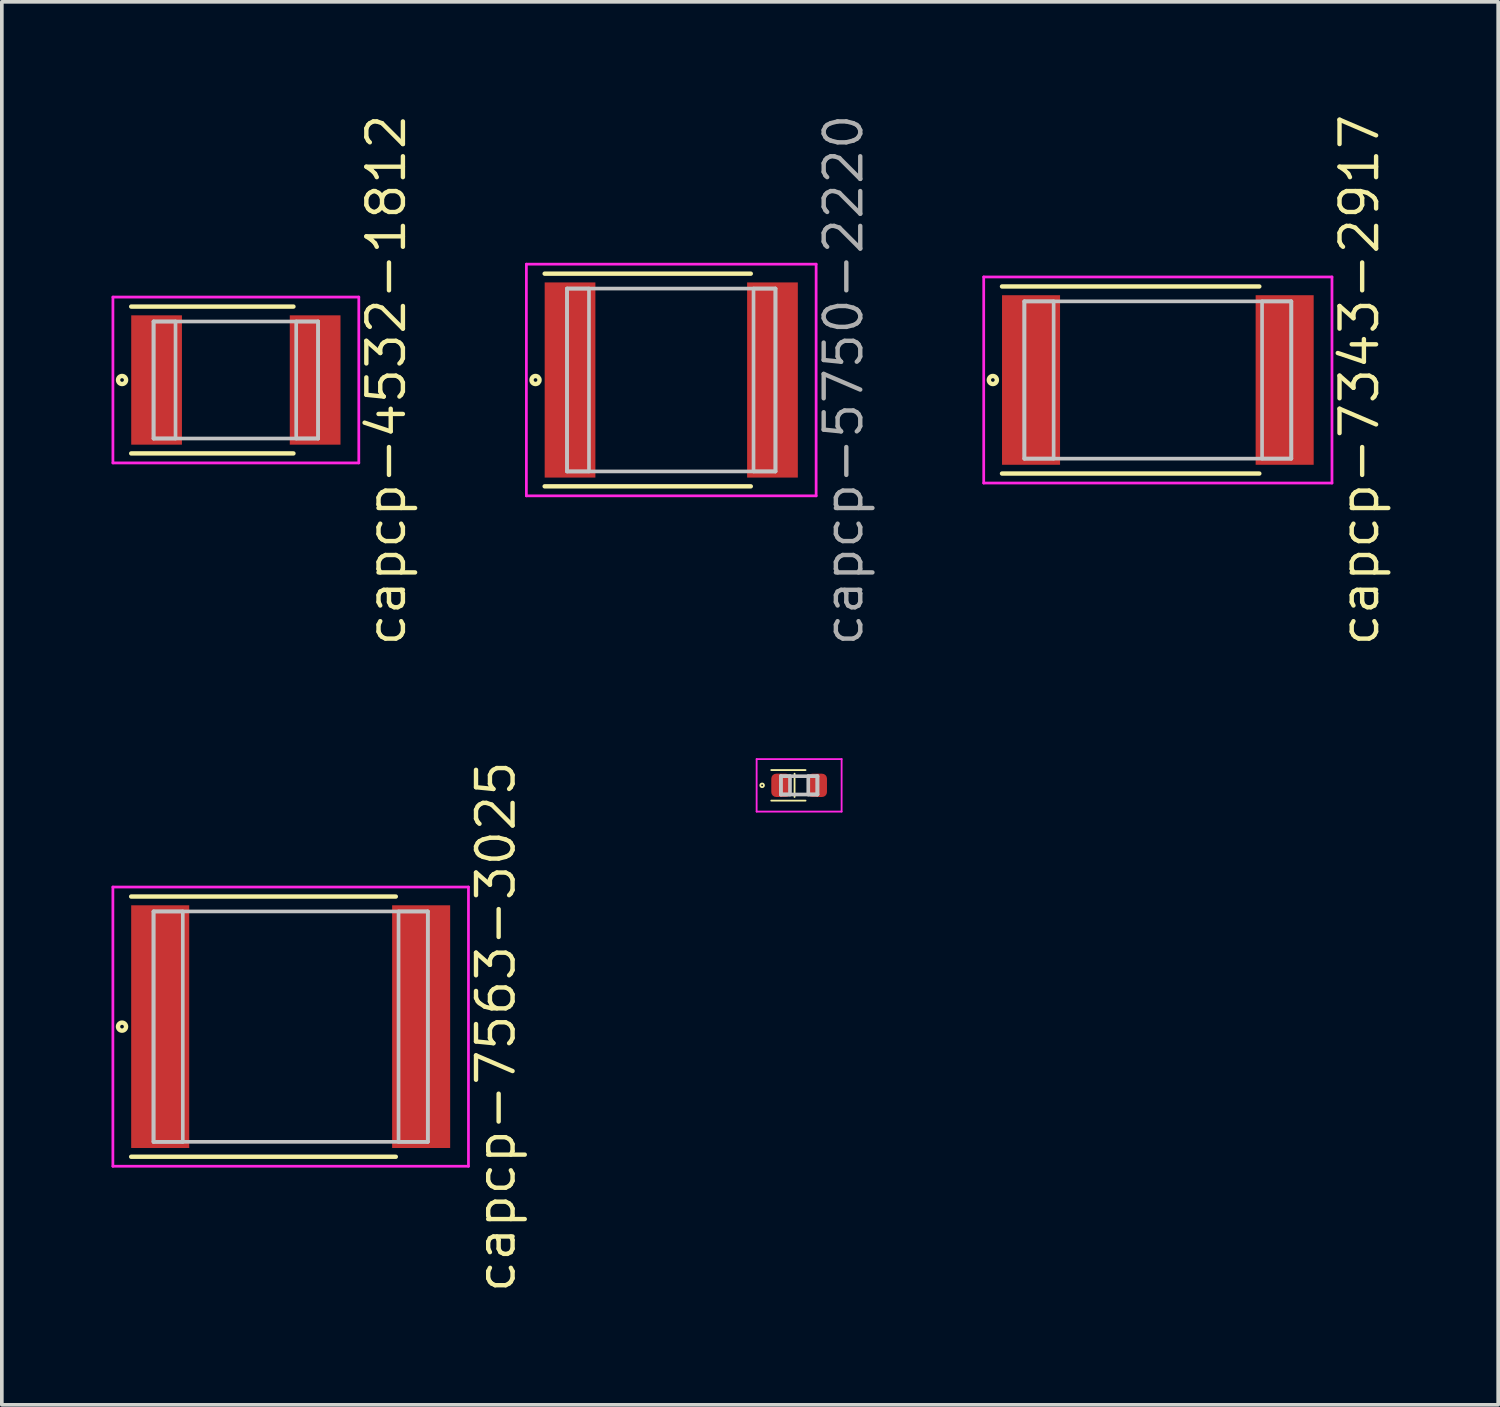
<source format=kicad_pcb>
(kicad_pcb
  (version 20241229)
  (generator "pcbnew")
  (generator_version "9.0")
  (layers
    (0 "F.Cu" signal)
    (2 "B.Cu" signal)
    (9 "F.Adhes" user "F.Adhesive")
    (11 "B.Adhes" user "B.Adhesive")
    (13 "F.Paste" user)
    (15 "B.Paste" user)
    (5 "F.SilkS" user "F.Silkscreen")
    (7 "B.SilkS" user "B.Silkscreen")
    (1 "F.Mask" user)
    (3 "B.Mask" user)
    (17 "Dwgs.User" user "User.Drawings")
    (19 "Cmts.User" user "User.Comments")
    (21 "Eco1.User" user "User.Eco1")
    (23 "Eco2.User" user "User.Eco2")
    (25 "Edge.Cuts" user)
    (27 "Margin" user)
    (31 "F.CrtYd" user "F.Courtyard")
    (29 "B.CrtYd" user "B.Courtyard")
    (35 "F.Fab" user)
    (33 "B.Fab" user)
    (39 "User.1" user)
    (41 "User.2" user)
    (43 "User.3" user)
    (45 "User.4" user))
  (footprint "capcp-4532-1812"
    (layer "F.Cu")
    (at 3.4 7.342)
    (property "Reference" "capcp-4532-1812" (at 4.112 0 90) (layer "F.SilkS") (effects (font (size 1 1) (thickness 0.12))))
    (attr through_hole)
    (fp_line (start -2.862 -2.008) (end 1.575 -2.008) (stroke (width 0.12) (type solid)) (layer "F.SilkS"))
    (fp_line (start -2.862 2.008) (end 1.575 2.008) (stroke (width 0.12) (type solid)) (layer "F.SilkS"))
    (fp_circle (center -3.112 0) (end -3.062 0) (stroke (width 0.12) (type solid)) (fill no) (layer "F.SilkS"))
    (fp_line (start -2.25 -1.6) (end -2.25 1.6) (stroke (width 0.1) (type solid)) (layer "Dwgs.User"))
    (fp_line (start -2.25 -1.6) (end -2.25 1.6) (stroke (width 0.1) (type solid)) (layer "Dwgs.User"))
    (fp_line (start -2.25 1.6) (end -1.65 1.6) (stroke (width 0.1) (type solid)) (layer "Dwgs.User"))
    (fp_line (start -2.25 1.6) (end 2.25 1.6) (stroke (width 0.1) (type solid)) (layer "Dwgs.User"))
    (fp_line (start -1.65 -1.6) (end -2.25 -1.6) (stroke (width 0.1) (type solid)) (layer "Dwgs.User"))
    (fp_line (start -1.65 1.6) (end -1.65 -1.6) (stroke (width 0.1) (type solid)) (layer "Dwgs.User"))
    (fp_line (start 1.65 -1.6) (end 1.65 1.6) (stroke (width 0.1) (type solid)) (layer "Dwgs.User"))
    (fp_line (start 1.65 1.6) (end 2.25 1.6) (stroke (width 0.1) (type solid)) (layer "Dwgs.User"))
    (fp_line (start 2.25 -1.6) (end -2.25 -1.6) (stroke (width 0.1) (type solid)) (layer "Dwgs.User"))
    (fp_line (start 2.25 -1.6) (end 1.65 -1.6) (stroke (width 0.1) (type solid)) (layer "Dwgs.User"))
    (fp_line (start 2.25 1.6) (end 2.25 -1.6) (stroke (width 0.1) (type solid)) (layer "Dwgs.User"))
    (fp_line (start 2.25 1.6) (end 2.25 -1.6) (stroke (width 0.1) (type solid)) (layer "Dwgs.User"))
    (fp_line (start -3.362 -2.268) (end -3.362 2.268) (stroke (width 0.075) (type solid)) (layer "F.CrtYd"))
    (fp_line (start -3.362 2.268) (end 3.362 2.268) (stroke (width 0.075) (type solid)) (layer "F.CrtYd"))
    (fp_line (start 3.362 -2.268) (end -3.362 -2.268) (stroke (width 0.075) (type solid)) (layer "F.CrtYd"))
    (fp_line (start 3.362 2.268) (end 3.362 -2.268) (stroke (width 0.075) (type solid)) (layer "F.CrtYd"))
    (pad "1" smd rect (at -2.168 0) (size 1.387 3.537) (layers "F.Cu" "F.Mask" "F.Paste"))
    (pad "2" smd rect (at 2.168 0) (size 1.387 3.537) (layers "F.Cu" "F.Mask" "F.Paste")))
  (footprint "capcp-7563-3025"
    (layer "F.Cu")
    (at 4.899 25.026)
    (property "Reference" "capcp-7563-3025" (at 5.612 0 90) (layer "F.SilkS") (effects (font (size 1 1) (thickness 0.12))))
    (attr through_hole)
    (fp_line (start -4.362 -3.558) (end 2.875 -3.558) (stroke (width 0.12) (type solid)) (layer "F.SilkS"))
    (fp_line (start -4.362 3.558) (end 2.875 3.558) (stroke (width 0.12) (type solid)) (layer "F.SilkS"))
    (fp_circle (center -4.612 0) (end -4.562 0) (stroke (width 0.12) (type solid)) (fill no) (layer "F.SilkS"))
    (fp_line (start -3.75 -3.15) (end -3.75 3.15) (stroke (width 0.1) (type solid)) (layer "Dwgs.User"))
    (fp_line (start -3.75 -3.15) (end -3.75 3.15) (stroke (width 0.1) (type solid)) (layer "Dwgs.User"))
    (fp_line (start -3.75 3.15) (end -2.95 3.15) (stroke (width 0.1) (type solid)) (layer "Dwgs.User"))
    (fp_line (start -3.75 3.15) (end 3.75 3.15) (stroke (width 0.1) (type solid)) (layer "Dwgs.User"))
    (fp_line (start -2.95 -3.15) (end -3.75 -3.15) (stroke (width 0.1) (type solid)) (layer "Dwgs.User"))
    (fp_line (start -2.95 3.15) (end -2.95 -3.15) (stroke (width 0.1) (type solid)) (layer "Dwgs.User"))
    (fp_line (start 2.95 -3.15) (end 2.95 3.15) (stroke (width 0.1) (type solid)) (layer "Dwgs.User"))
    (fp_line (start 2.95 3.15) (end 3.75 3.15) (stroke (width 0.1) (type solid)) (layer "Dwgs.User"))
    (fp_line (start 3.75 -3.15) (end -3.75 -3.15) (stroke (width 0.1) (type solid)) (layer "Dwgs.User"))
    (fp_line (start 3.75 -3.15) (end 2.95 -3.15) (stroke (width 0.1) (type solid)) (layer "Dwgs.User"))
    (fp_line (start 3.75 3.15) (end 3.75 -3.15) (stroke (width 0.1) (type solid)) (layer "Dwgs.User"))
    (fp_line (start 3.75 3.15) (end 3.75 -3.15) (stroke (width 0.1) (type solid)) (layer "Dwgs.User"))
    (fp_line (start -4.862 -3.818) (end -4.862 3.818) (stroke (width 0.075) (type solid)) (layer "F.CrtYd"))
    (fp_line (start -4.862 3.818) (end 4.862 3.818) (stroke (width 0.075) (type solid)) (layer "F.CrtYd"))
    (fp_line (start 4.862 -3.818) (end -4.862 -3.818) (stroke (width 0.075) (type solid)) (layer "F.CrtYd"))
    (fp_line (start 4.862 3.818) (end 4.862 -3.818) (stroke (width 0.075) (type solid)) (layer "F.CrtYd"))
    (pad "1" smd rect (at -3.568 0) (size 1.587 6.637) (layers "F.Cu" "F.Mask" "F.Paste"))
    (pad "2" smd rect (at 3.568 0) (size 1.587 6.637) (layers "F.Cu" "F.Mask" "F.Paste")))
  (footprint "capcp-5750-2220"
    (layer "F.Cu")
    (at 15.307 7.342)
    (property "Reference" "capcp-5750-2220" (at 4.712 0 90) (layer "F.Fab") (effects (font (size 1 1) (thickness 0.12))))
    (attr through_hole)
    (fp_line (start -3.462 -2.908) (end 2.175 -2.908) (stroke (width 0.12) (type solid)) (layer "F.SilkS"))
    (fp_line (start -3.462 2.908) (end 2.175 2.908) (stroke (width 0.12) (type solid)) (layer "F.SilkS"))
    (fp_circle (center -3.712 0) (end -3.662 0) (stroke (width 0.12) (type solid)) (fill no) (layer "F.SilkS"))
    (fp_line (start -2.85 -2.5) (end -2.85 2.5) (stroke (width 0.1) (type solid)) (layer "Dwgs.User"))
    (fp_line (start -2.85 -2.5) (end -2.85 2.5) (stroke (width 0.1) (type solid)) (layer "Dwgs.User"))
    (fp_line (start -2.85 2.5) (end -2.25 2.5) (stroke (width 0.1) (type solid)) (layer "Dwgs.User"))
    (fp_line (start -2.85 2.5) (end 2.85 2.5) (stroke (width 0.1) (type solid)) (layer "Dwgs.User"))
    (fp_line (start -2.25 -2.5) (end -2.85 -2.5) (stroke (width 0.1) (type solid)) (layer "Dwgs.User"))
    (fp_line (start -2.25 2.5) (end -2.25 -2.5) (stroke (width 0.1) (type solid)) (layer "Dwgs.User"))
    (fp_line (start 2.25 -2.5) (end 2.25 2.5) (stroke (width 0.1) (type solid)) (layer "Dwgs.User"))
    (fp_line (start 2.25 2.5) (end 2.85 2.5) (stroke (width 0.1) (type solid)) (layer "Dwgs.User"))
    (fp_line (start 2.85 -2.5) (end -2.85 -2.5) (stroke (width 0.1) (type solid)) (layer "Dwgs.User"))
    (fp_line (start 2.85 -2.5) (end 2.25 -2.5) (stroke (width 0.1) (type solid)) (layer "Dwgs.User"))
    (fp_line (start 2.85 2.5) (end 2.85 -2.5) (stroke (width 0.1) (type solid)) (layer "Dwgs.User"))
    (fp_line (start 2.85 2.5) (end 2.85 -2.5) (stroke (width 0.1) (type solid)) (layer "Dwgs.User"))
    (fp_line (start -3.962 -3.168) (end -3.962 3.168) (stroke (width 0.075) (type solid)) (layer "F.CrtYd"))
    (fp_line (start -3.962 3.168) (end 3.962 3.168) (stroke (width 0.075) (type solid)) (layer "F.CrtYd"))
    (fp_line (start 3.962 -3.168) (end -3.962 -3.168) (stroke (width 0.075) (type solid)) (layer "F.CrtYd"))
    (fp_line (start 3.962 3.168) (end 3.962 -3.168) (stroke (width 0.075) (type solid)) (layer "F.CrtYd"))
    (pad "1" smd rect (at -2.768 0) (size 1.387 5.337) (layers "F.Cu" "F.Mask" "F.Paste"))
    (pad "2" smd rect (at 2.768 0) (size 1.387 5.337) (layers "F.Cu" "F.Mask" "F.Paste")))
  (footprint "capcp-7343-2917"
    (layer "F.Cu")
    (at 28.614 7.342)
    (property "Reference" "capcp-7343-2917" (at 5.512 0 90) (layer "F.SilkS") (effects (font (size 1 1) (thickness 0.12))))
    (attr through_hole)
    (fp_line (start -4.262 -2.558) (end 2.775 -2.558) (stroke (width 0.12) (type solid)) (layer "F.SilkS"))
    (fp_line (start -4.262 2.558) (end 2.775 2.558) (stroke (width 0.12) (type solid)) (layer "F.SilkS"))
    (fp_circle (center -4.512 0) (end -4.462 0) (stroke (width 0.12) (type solid)) (fill no) (layer "F.SilkS"))
    (fp_line (start -3.65 -2.15) (end -3.65 2.15) (stroke (width 0.1) (type solid)) (layer "Dwgs.User"))
    (fp_line (start -3.65 -2.15) (end -3.65 2.15) (stroke (width 0.1) (type solid)) (layer "Dwgs.User"))
    (fp_line (start -3.65 2.15) (end -2.85 2.15) (stroke (width 0.1) (type solid)) (layer "Dwgs.User"))
    (fp_line (start -3.65 2.15) (end 3.65 2.15) (stroke (width 0.1) (type solid)) (layer "Dwgs.User"))
    (fp_line (start -2.85 -2.15) (end -3.65 -2.15) (stroke (width 0.1) (type solid)) (layer "Dwgs.User"))
    (fp_line (start -2.85 2.15) (end -2.85 -2.15) (stroke (width 0.1) (type solid)) (layer "Dwgs.User"))
    (fp_line (start 2.85 -2.15) (end 2.85 2.15) (stroke (width 0.1) (type solid)) (layer "Dwgs.User"))
    (fp_line (start 2.85 2.15) (end 3.65 2.15) (stroke (width 0.1) (type solid)) (layer "Dwgs.User"))
    (fp_line (start 3.65 -2.15) (end -3.65 -2.15) (stroke (width 0.1) (type solid)) (layer "Dwgs.User"))
    (fp_line (start 3.65 -2.15) (end 2.85 -2.15) (stroke (width 0.1) (type solid)) (layer "Dwgs.User"))
    (fp_line (start 3.65 2.15) (end 3.65 -2.15) (stroke (width 0.1) (type solid)) (layer "Dwgs.User"))
    (fp_line (start 3.65 2.15) (end 3.65 -2.15) (stroke (width 0.1) (type solid)) (layer "Dwgs.User"))
    (fp_line (start -0.75 0) (end 0.75 0) (stroke (width 0.12) (type solid)) (layer "Eco1.User"))
    (fp_line (start 0 -0.75) (end 0 0.75) (stroke (width 0.12) (type solid)) (layer "Eco1.User"))
    (fp_circle (center 0 0) (end 0.5 0) (stroke (width 0.12) (type solid)) (fill no) (layer "Eco1.User"))
    (fp_line (start -4.762 -2.818) (end -4.762 2.818) (stroke (width 0.075) (type solid)) (layer "F.CrtYd"))
    (fp_line (start -4.762 2.818) (end 4.762 2.818) (stroke (width 0.075) (type solid)) (layer "F.CrtYd"))
    (fp_line (start 4.762 -2.818) (end -4.762 -2.818) (stroke (width 0.075) (type solid)) (layer "F.CrtYd"))
    (fp_line (start 4.762 2.818) (end 4.762 -2.818) (stroke (width 0.075) (type solid)) (layer "F.CrtYd"))
    (pad "1" smd rect (at -3.468 0) (size 1.587 4.637) (layers "F.Cu" "F.Mask" "F.Paste"))
    (pad "2" smd rect (at 3.468 0) (size 1.587 4.637) (layers "F.Cu" "F.Mask" "F.Paste")))
  (footprint "diodec-1005-0402"
    (layer "F.Cu")
    (at 18.804 18.427)
    (property "Reference" "diodec-1005-0402" (at -1.462 0 0) (layer "User.1") (effects (font (size 0.4 0.4) (thickness 0.05))))
    (attr through_hole)
    (fp_line (start -0.762 -0.418) (end 0.175 -0.418) (stroke (width 0.05) (type solid)) (layer "F.SilkS"))
    (fp_line (start -0.762 0.418) (end 0.175 0.418) (stroke (width 0.05) (type solid)) (layer "F.SilkS"))
    (fp_line (start -0.125 -0.318) (end -0.125 0.318) (stroke (width 0.05) (type solid)) (layer "F.SilkS"))
    (fp_circle (center -1.012 0) (end -0.962 0) (stroke (width 0.05) (type solid)) (fill no) (layer "F.SilkS"))
    (fp_line (start -0.5 -0.25) (end -0.5 0.25) (stroke (width 0.1) (type solid)) (layer "Dwgs.User"))
    (fp_line (start -0.5 -0.25) (end -0.5 0.25) (stroke (width 0.1) (type solid)) (layer "Dwgs.User"))
    (fp_line (start -0.5 0.25) (end -0.25 0.25) (stroke (width 0.1) (type solid)) (layer "Dwgs.User"))
    (fp_line (start -0.5 0.25) (end 0.5 0.25) (stroke (width 0.1) (type solid)) (layer "Dwgs.User"))
    (fp_line (start -0.25 -0.25) (end -0.5 -0.25) (stroke (width 0.1) (type solid)) (layer "Dwgs.User"))
    (fp_line (start -0.25 0.25) (end -0.25 -0.25) (stroke (width 0.1) (type solid)) (layer "Dwgs.User"))
    (fp_line (start 0.25 -0.25) (end 0.25 0.25) (stroke (width 0.1) (type solid)) (layer "Dwgs.User"))
    (fp_line (start 0.25 0.25) (end 0.5 0.25) (stroke (width 0.1) (type solid)) (layer "Dwgs.User"))
    (fp_line (start 0.5 -0.25) (end -0.5 -0.25) (stroke (width 0.1) (type solid)) (layer "Dwgs.User"))
    (fp_line (start 0.5 -0.25) (end 0.25 -0.25) (stroke (width 0.1) (type solid)) (layer "Dwgs.User"))
    (fp_line (start 0.5 0.25) (end 0.5 -0.25) (stroke (width 0.1) (type solid)) (layer "Dwgs.User"))
    (fp_line (start 0.5 0.25) (end 0.5 -0.25) (stroke (width 0.1) (type solid)) (layer "Dwgs.User"))
    (fp_line (start -1.162 -0.718) (end -1.162 0.718) (stroke (width 0.05) (type solid)) (layer "F.CrtYd"))
    (fp_line (start -1.162 0.718) (end 1.162 0.718) (stroke (width 0.05) (type solid)) (layer "F.CrtYd"))
    (fp_line (start 1.162 -0.718) (end -1.162 -0.718) (stroke (width 0.05) (type solid)) (layer "F.CrtYd"))
    (fp_line (start 1.162 0.718) (end 1.162 -0.718) (stroke (width 0.05) (type solid)) (layer "F.CrtYd"))
    (pad "1" smd roundrect (at -0.493 0) (size 0.537 0.637) (layers "F.Cu" "F.Mask" "F.Paste") (roundrect_rratio 0.25))
    (pad "2" smd roundrect (at 0.493 0) (size 0.537 0.637) (layers "F.Cu" "F.Mask" "F.Paste") (roundrect_rratio 0.25)))
  (gr_rect
    (start -3 -3)
    (end 37.921 35.368)
    (stroke (width 0.1) (type default))
    (fill no)
    (layer "Edge.Cuts")))
</source>
